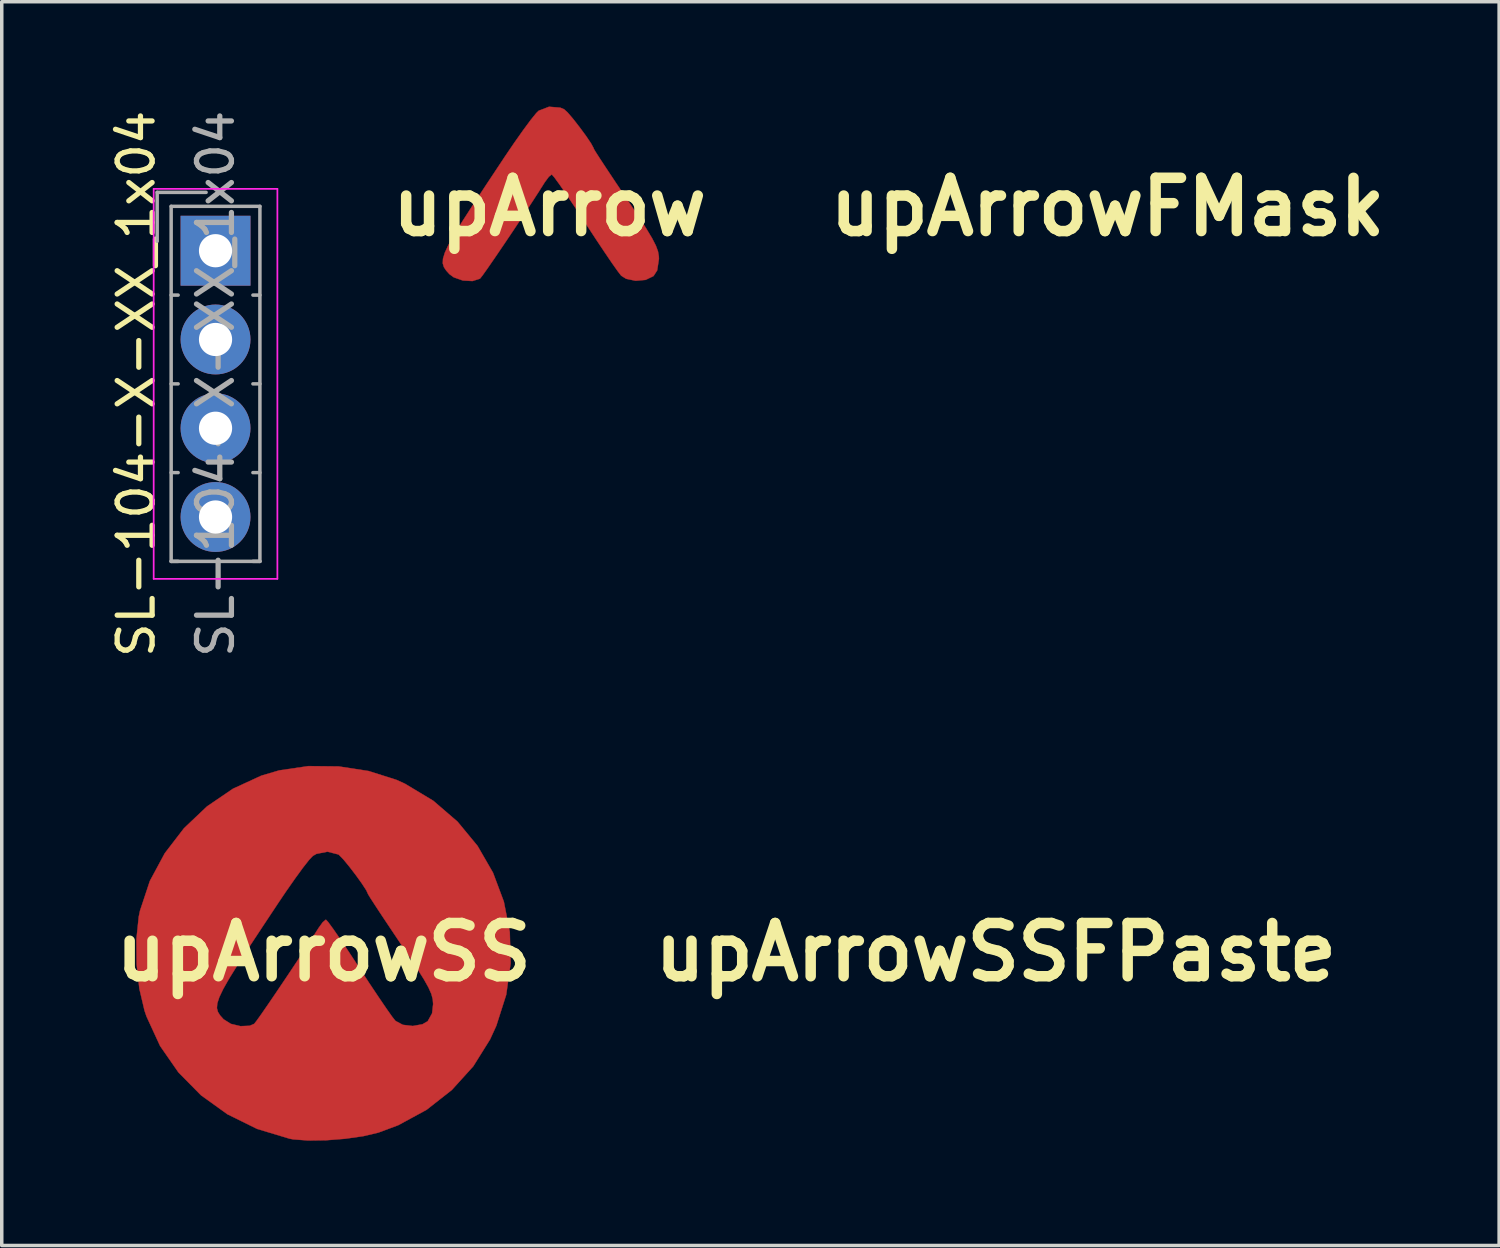
<source format=kicad_pcb>
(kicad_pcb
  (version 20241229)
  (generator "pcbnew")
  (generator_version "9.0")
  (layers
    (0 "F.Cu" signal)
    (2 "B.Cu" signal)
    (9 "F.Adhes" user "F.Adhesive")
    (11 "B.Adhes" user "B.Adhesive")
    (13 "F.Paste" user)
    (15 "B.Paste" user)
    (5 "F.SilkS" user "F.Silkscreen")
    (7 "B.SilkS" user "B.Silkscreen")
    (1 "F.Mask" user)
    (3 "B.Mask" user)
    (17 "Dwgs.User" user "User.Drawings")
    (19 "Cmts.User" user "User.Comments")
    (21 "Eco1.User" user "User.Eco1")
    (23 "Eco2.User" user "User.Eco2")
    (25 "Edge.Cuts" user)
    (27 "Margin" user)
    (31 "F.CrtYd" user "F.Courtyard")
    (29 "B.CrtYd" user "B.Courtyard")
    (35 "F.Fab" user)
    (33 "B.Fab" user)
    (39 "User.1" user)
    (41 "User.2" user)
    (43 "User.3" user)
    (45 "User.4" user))
  (footprint "upArrowFMask"
    (layer "F.Cu")
    (at 28.643 2.873)
    (property "Reference" "upArrowFMask" (at 0 0 0) (layer "F.SilkS") (effects (font (size 1.524 1.524) (thickness 0.3))))
    (attr through_hole)
    (fp_poly (pts (xy 0.31 -2.842) (xy 0.42 -2.796) (xy 0.522 -2.702) (xy 0.681 -2.516) (xy 0.866 -2.278) (xy 1.047 -2.032) (xy 1.19 -1.82) (xy 1.265 -1.682) (xy 1.27 -1.662) (xy 1.315 -1.585) (xy 1.441 -1.389) (xy 1.633 -1.097) (xy 1.877 -0.73) (xy 2.158 -0.311) (xy 2.201 -0.246) (xy 2.528 0.242) (xy 2.769 0.615) (xy 2.937 0.895) (xy 3.046 1.107) (xy 3.106 1.271) (xy 3.13 1.412) (xy 3.133 1.486) (xy 3.083 1.814) (xy 2.978 1.977) (xy 2.753 2.086) (xy 2.466 2.112) (xy 2.194 2.055) (xy 2.053 1.966) (xy 1.962 1.849) (xy 1.796 1.615) (xy 1.574 1.288) (xy 1.311 0.894) (xy 1.026 0.458) (xy 1.016 0.443) (xy 0.738 0.018) (xy 0.488 -0.353) (xy 0.284 -0.65) (xy 0.138 -0.849) (xy 0.068 -0.929) (xy 0.065 -0.93) (xy -0.017 -0.866) (xy -0.133 -0.71) (xy -0.14 -0.699) (xy -0.315 -0.422) (xy -0.538 -0.078) (xy -0.793 0.308) (xy -1.06 0.711) (xy -1.324 1.103) (xy -1.566 1.459) (xy -1.769 1.753) (xy -1.915 1.959) (xy -1.988 2.051) (xy -1.989 2.052) (xy -2.203 2.12) (xy -2.479 2.104) (xy -2.739 2.013) (xy -2.864 1.921) (xy -2.955 1.82) (xy -3.02 1.722) (xy -3.053 1.615) (xy -3.047 1.482) (xy -2.995 1.311) (xy -2.891 1.086) (xy -2.727 0.794) (xy -2.497 0.419) (xy -2.194 -0.052) (xy -1.812 -0.633) (xy -1.343 -1.34) (xy -1.29 -1.421) (xy -1.013 -1.829) (xy -0.756 -2.193) (xy -0.538 -2.488) (xy -0.378 -2.686) (xy -0.309 -2.754) (xy -0.012 -2.868) (xy 0.31 -2.842)) (stroke (width 0.01) (type solid)) (fill yes) (layer "F.Mask"))
    (pad "" smd circle (at 0 -2.032) (size 1 1) (layers "F.Mask")))
  (footprint "upArrow"
    (layer "F.Cu")
    (at 12.674 2.873)
    (property "Reference" "upArrow" (at 0 0 0) (layer "F.SilkS") (effects (font (size 1.524 1.524) (thickness 0.3))))
    (attr through_hole)
    (fp_poly (pts (xy 0.31 -2.842) (xy 0.42 -2.796) (xy 0.522 -2.702) (xy 0.681 -2.516) (xy 0.866 -2.278) (xy 1.047 -2.032) (xy 1.19 -1.82) (xy 1.265 -1.682) (xy 1.27 -1.662) (xy 1.315 -1.585) (xy 1.441 -1.389) (xy 1.633 -1.097) (xy 1.877 -0.73) (xy 2.158 -0.311) (xy 2.201 -0.246) (xy 2.528 0.242) (xy 2.769 0.615) (xy 2.937 0.895) (xy 3.046 1.107) (xy 3.106 1.271) (xy 3.13 1.412) (xy 3.133 1.486) (xy 3.083 1.814) (xy 2.978 1.977) (xy 2.753 2.086) (xy 2.466 2.112) (xy 2.194 2.055) (xy 2.053 1.966) (xy 1.962 1.849) (xy 1.796 1.615) (xy 1.574 1.288) (xy 1.311 0.894) (xy 1.026 0.458) (xy 1.016 0.443) (xy 0.738 0.018) (xy 0.488 -0.353) (xy 0.284 -0.65) (xy 0.138 -0.849) (xy 0.068 -0.929) (xy 0.065 -0.93) (xy -0.017 -0.866) (xy -0.133 -0.71) (xy -0.14 -0.699) (xy -0.315 -0.422) (xy -0.538 -0.078) (xy -0.793 0.308) (xy -1.06 0.711) (xy -1.324 1.103) (xy -1.566 1.459) (xy -1.769 1.753) (xy -1.915 1.959) (xy -1.988 2.051) (xy -1.989 2.052) (xy -2.203 2.12) (xy -2.479 2.104) (xy -2.739 2.013) (xy -2.864 1.921) (xy -2.955 1.82) (xy -3.02 1.722) (xy -3.053 1.615) (xy -3.047 1.482) (xy -2.995 1.311) (xy -2.891 1.086) (xy -2.727 0.794) (xy -2.497 0.419) (xy -2.194 -0.052) (xy -1.812 -0.633) (xy -1.343 -1.34) (xy -1.29 -1.421) (xy -1.013 -1.829) (xy -0.756 -2.193) (xy -0.538 -2.488) (xy -0.378 -2.686) (xy -0.309 -2.754) (xy -0.012 -2.868) (xy 0.31 -2.842)) (stroke (width 0.01) (type solid)) (fill yes) (layer "F.Cu"))
    (pad "1" smd circle (at 0 -2.032) (size 1 1) (layers "F.Cu")))
  (footprint "SL-104-X-XX_1x04"
    (layer "F.Cu")
    (at 3.118 4.125)
    (property "Reference" "SL-104-X-XX_1x04" (at -2.27 3.81 90) (layer "F.SilkS") (effects (font (size 1 1) (thickness 0.15))))
    (attr through_hole)
    (fp_line (start -1.77 -1.77) (end -1.77 9.39) (stroke (width 0.05) (type solid)) (layer "F.CrtYd"))
    (fp_line (start -1.77 9.39) (end 1.77 9.39) (stroke (width 0.05) (type solid)) (layer "F.CrtYd"))
    (fp_line (start 1.77 -1.77) (end -1.77 -1.77) (stroke (width 0.05) (type solid)) (layer "F.CrtYd"))
    (fp_line (start 1.77 9.39) (end 1.77 -1.77) (stroke (width 0.05) (type solid)) (layer "F.CrtYd"))
    (fp_line (start -1.67 -1.67) (end -1.67 -0.27) (stroke (width 0.1) (type solid)) (layer "F.Fab"))
    (fp_line (start -1.27 -1.27) (end -1.27 8.89) (stroke (width 0.1) (type solid)) (layer "F.Fab"))
    (fp_line (start -1.27 1.27) (end -1.07 1.27) (stroke (width 0.1) (type solid)) (layer "F.Fab"))
    (fp_line (start -1.27 3.81) (end -1.07 3.81) (stroke (width 0.1) (type solid)) (layer "F.Fab"))
    (fp_line (start -1.27 6.35) (end -1.07 6.35) (stroke (width 0.1) (type solid)) (layer "F.Fab"))
    (fp_line (start -1.27 8.89) (end -1.07 8.89) (stroke (width 0.1) (type solid)) (layer "F.Fab"))
    (fp_line (start -1.27 8.89) (end 1.27 8.89) (stroke (width 0.1) (type solid)) (layer "F.Fab"))
    (fp_line (start -0.27 -1.67) (end -1.67 -1.67) (stroke (width 0.1) (type solid)) (layer "F.Fab"))
    (fp_line (start 1.27 -1.27) (end -1.27 -1.27) (stroke (width 0.1) (type solid)) (layer "F.Fab"))
    (fp_line (start 1.27 1.27) (end 1.07 1.27) (stroke (width 0.1) (type solid)) (layer "F.Fab"))
    (fp_line (start 1.27 3.81) (end 1.07 3.81) (stroke (width 0.1) (type solid)) (layer "F.Fab"))
    (fp_line (start 1.27 6.35) (end 1.07 6.35) (stroke (width 0.1) (type solid)) (layer "F.Fab"))
    (fp_line (start 1.27 8.89) (end 1.07 8.89) (stroke (width 0.1) (type solid)) (layer "F.Fab"))
    (fp_line (start 1.27 8.89) (end 1.27 -1.27) (stroke (width 0.1) (type solid)) (layer "F.Fab"))
    (fp_text user "${REFERENCE}" (at 0 3.81 90) (layer "F.Fab") (effects (font (size 1 1) (thickness 0.15))))
    (pad "1" thru_hole rect (at 0 0) (size 2 2) (drill 0.95) (layers "*.Cu" "*.Mask"))
    (pad "2" thru_hole circle (at 0 2.54) (size 2 2) (drill 0.95) (layers "*.Cu" "*.Mask"))
    (pad "3" thru_hole circle (at 0 5.08) (size 2 2) (drill 0.95) (layers "*.Cu" "*.Mask"))
    (pad "4" thru_hole circle (at 0 7.62) (size 2 2) (drill 0.95) (layers "*.Cu" "*.Mask")))
  (footprint "upArrowSSFPaste"
    (layer "F.Cu")
    (at 25.447 24.198)
    (property "Reference" "upArrowSSFPaste" (at 0 0 0) (layer "F.SilkS") (effects (font (size 1.524 1.524) (thickness 0.3))))
    (attr through_hole)
    (fp_poly (pts (xy 0.431 -5.315) (xy 1.287 -5.183) (xy 2.08 -4.932) (xy 2.327 -4.82) (xy 3.138 -4.332) (xy 3.832 -3.734) (xy 4.404 -3.041) (xy 4.847 -2.273) (xy 5.157 -1.446) (xy 5.327 -0.577) (xy 5.351 0.316) (xy 5.225 1.217) (xy 4.941 2.107) (xy 4.762 2.498) (xy 4.282 3.266) (xy 3.669 3.943) (xy 2.946 4.511) (xy 2.133 4.953) (xy 1.566 5.164) (xy 1.134 5.266) (xy 0.617 5.34) (xy 0.073 5.383) (xy -0.44 5.39) (xy -0.867 5.358) (xy -0.975 5.338) (xy -1.904 5.058) (xy -2.754 4.639) (xy -3.509 4.096) (xy -4.156 3.44) (xy -4.681 2.684) (xy -5.07 1.839) (xy -5.128 1.669) (xy -5.143 1.602) (xy -3.055 1.602) (xy -3.025 1.712) (xy -2.963 1.81) (xy -2.874 1.91) (xy -2.864 1.921) (xy -2.654 2.053) (xy -2.38 2.118) (xy -2.117 2.107) (xy -1.989 2.052) (xy -1.922 1.968) (xy -1.779 1.768) (xy -1.579 1.478) (xy -1.339 1.125) (xy -1.076 0.734) (xy -0.808 0.332) (xy -0.553 -0.056) (xy -0.327 -0.404) (xy -0.149 -0.685) (xy -0.14 -0.699) (xy -0.024 -0.859) (xy 0.062 -0.93) (xy 0.065 -0.93) (xy 0.128 -0.862) (xy 0.267 -0.673) (xy 0.467 -0.384) (xy 0.713 -0.019) (xy 0.989 0.402) (xy 1.016 0.443) (xy 1.302 0.881) (xy 1.566 1.276) (xy 1.79 1.606) (xy 1.957 1.843) (xy 2.052 1.964) (xy 2.053 1.966) (xy 2.267 2.08) (xy 2.551 2.113) (xy 2.829 2.063) (xy 2.978 1.977) (xy 3.103 1.751) (xy 3.133 1.486) (xy 3.122 1.348) (xy 3.083 1.199) (xy 3.002 1.015) (xy 2.867 0.774) (xy 2.666 0.454) (xy 2.387 0.03) (xy 2.201 -0.246) (xy 1.916 -0.672) (xy 1.665 -1.048) (xy 1.465 -1.352) (xy 1.329 -1.563) (xy 1.271 -1.659) (xy 1.27 -1.662) (xy 1.221 -1.769) (xy 1.094 -1.964) (xy 0.921 -2.205) (xy 0.734 -2.449) (xy 0.564 -2.655) (xy 0.442 -2.78) (xy 0.42 -2.796) (xy 0.11 -2.875) (xy -0.206 -2.813) (xy -0.309 -2.754) (xy -0.414 -2.644) (xy -0.591 -2.419) (xy -0.821 -2.103) (xy -1.085 -1.725) (xy -1.29 -1.421) (xy -1.768 -0.7) (xy -2.159 -0.106) (xy -2.469 0.376) (xy -2.707 0.759) (xy -2.877 1.06) (xy -2.987 1.291) (xy -3.044 1.467) (xy -3.055 1.602) (xy -5.143 1.602) (xy -5.274 1.047) (xy -5.352 0.346) (xy -5.359 -0.362) (xy -5.292 -1.011) (xy -5.256 -1.185) (xy -4.974 -2.036) (xy -4.547 -2.83) (xy -3.996 -3.547) (xy -3.339 -4.17) (xy -2.595 -4.677) (xy -1.785 -5.05) (xy -1.27 -5.202) (xy -0.437 -5.324) (xy 0.431 -5.315)) (stroke (width 0.01) (type solid)) (fill yes) (layer "F.Paste"))
    (pad "" smd circle (at 0 2.54) (size 1 1) (layers "F.Paste")))
  (footprint "upArrowSS"
    (layer "F.Cu")
    (at 6.212 24.198)
    (property "Reference" "upArrowSS" (at 0 0 0) (layer "F.SilkS") (effects (font (size 1.524 1.524) (thickness 0.3))))
    (attr through_hole)
    (fp_poly (pts (xy 0.431 -5.315) (xy 1.287 -5.183) (xy 2.08 -4.932) (xy 2.327 -4.82) (xy 3.138 -4.332) (xy 3.832 -3.734) (xy 4.404 -3.041) (xy 4.847 -2.273) (xy 5.157 -1.446) (xy 5.327 -0.577) (xy 5.351 0.316) (xy 5.225 1.217) (xy 4.941 2.107) (xy 4.762 2.498) (xy 4.282 3.266) (xy 3.669 3.943) (xy 2.946 4.511) (xy 2.133 4.953) (xy 1.566 5.164) (xy 1.134 5.266) (xy 0.617 5.34) (xy 0.073 5.383) (xy -0.44 5.39) (xy -0.867 5.358) (xy -0.975 5.338) (xy -1.904 5.058) (xy -2.754 4.639) (xy -3.509 4.096) (xy -4.156 3.44) (xy -4.681 2.684) (xy -5.07 1.839) (xy -5.128 1.669) (xy -5.143 1.602) (xy -3.055 1.602) (xy -3.025 1.712) (xy -2.963 1.81) (xy -2.874 1.91) (xy -2.864 1.921) (xy -2.654 2.053) (xy -2.38 2.118) (xy -2.117 2.107) (xy -1.989 2.052) (xy -1.922 1.968) (xy -1.779 1.768) (xy -1.579 1.478) (xy -1.339 1.125) (xy -1.076 0.734) (xy -0.808 0.332) (xy -0.553 -0.056) (xy -0.327 -0.404) (xy -0.149 -0.685) (xy -0.14 -0.699) (xy -0.024 -0.859) (xy 0.062 -0.93) (xy 0.065 -0.93) (xy 0.128 -0.862) (xy 0.267 -0.673) (xy 0.467 -0.384) (xy 0.713 -0.019) (xy 0.989 0.402) (xy 1.016 0.443) (xy 1.302 0.881) (xy 1.566 1.276) (xy 1.79 1.606) (xy 1.957 1.843) (xy 2.052 1.964) (xy 2.053 1.966) (xy 2.267 2.08) (xy 2.551 2.113) (xy 2.829 2.063) (xy 2.978 1.977) (xy 3.103 1.751) (xy 3.133 1.486) (xy 3.122 1.348) (xy 3.083 1.199) (xy 3.002 1.015) (xy 2.867 0.774) (xy 2.666 0.454) (xy 2.387 0.03) (xy 2.201 -0.246) (xy 1.916 -0.672) (xy 1.665 -1.048) (xy 1.465 -1.352) (xy 1.329 -1.563) (xy 1.271 -1.659) (xy 1.27 -1.662) (xy 1.221 -1.769) (xy 1.094 -1.964) (xy 0.921 -2.205) (xy 0.734 -2.449) (xy 0.564 -2.655) (xy 0.442 -2.78) (xy 0.42 -2.796) (xy 0.11 -2.875) (xy -0.206 -2.813) (xy -0.309 -2.754) (xy -0.414 -2.644) (xy -0.591 -2.419) (xy -0.821 -2.103) (xy -1.085 -1.725) (xy -1.29 -1.421) (xy -1.768 -0.7) (xy -2.159 -0.106) (xy -2.469 0.376) (xy -2.707 0.759) (xy -2.877 1.06) (xy -2.987 1.291) (xy -3.044 1.467) (xy -3.055 1.602) (xy -5.143 1.602) (xy -5.274 1.047) (xy -5.352 0.346) (xy -5.359 -0.362) (xy -5.292 -1.011) (xy -5.256 -1.185) (xy -4.974 -2.036) (xy -4.547 -2.83) (xy -3.996 -3.547) (xy -3.339 -4.17) (xy -2.595 -4.677) (xy -1.785 -5.05) (xy -1.27 -5.202) (xy -0.437 -5.324) (xy 0.431 -5.315)) (stroke (width 0.01) (type solid)) (fill yes) (layer "F.Cu"))
    (pad "1" smd circle (at 0 2.54) (size 1 1) (layers "F.Cu" "F.Mask" "F.Paste")))
  (gr_rect
    (start -3 -3)
    (end 39.851 32.593)
    (stroke (width 0.1) (type default))
    (fill no)
    (layer "Edge.Cuts")))
</source>
